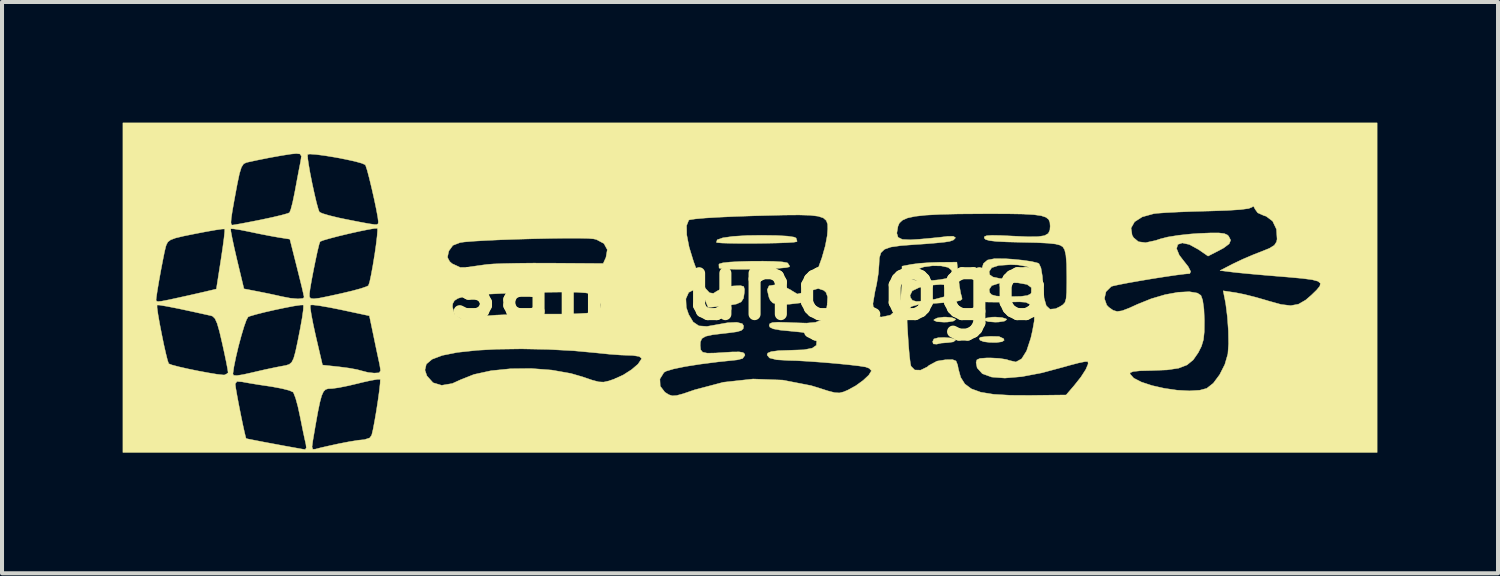
<source format=kicad_pcb>
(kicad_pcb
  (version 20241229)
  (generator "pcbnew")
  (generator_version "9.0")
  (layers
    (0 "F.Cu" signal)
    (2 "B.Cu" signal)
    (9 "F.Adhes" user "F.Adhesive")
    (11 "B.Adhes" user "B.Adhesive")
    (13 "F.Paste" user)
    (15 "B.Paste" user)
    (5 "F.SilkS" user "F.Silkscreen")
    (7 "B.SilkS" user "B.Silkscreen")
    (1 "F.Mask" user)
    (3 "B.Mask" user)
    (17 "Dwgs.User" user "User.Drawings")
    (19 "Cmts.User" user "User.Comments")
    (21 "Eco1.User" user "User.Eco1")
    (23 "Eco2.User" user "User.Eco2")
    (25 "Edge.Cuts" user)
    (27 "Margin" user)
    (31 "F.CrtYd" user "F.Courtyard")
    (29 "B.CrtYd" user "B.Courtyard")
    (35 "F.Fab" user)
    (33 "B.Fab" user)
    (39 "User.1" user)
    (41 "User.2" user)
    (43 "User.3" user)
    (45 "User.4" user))
  (footprint "samsunglogo"
    (layer "F.Cu")
    (at 15.562 4.069)
    (property "Reference" "samsunglogo" (at 0 0 0) (layer "F.SilkS") (effects (font (size 1.524 1.524) (thickness 0.3))))
    (attr through_hole)
    (fp_poly (pts (xy 5.028 1.283) (xy 5.13 1.315) (xy 5.144 1.333) (xy 5.088 1.379) (xy 4.958 1.397) (xy 4.786 1.41) (xy 4.672 1.436) (xy 4.588 1.43) (xy 4.572 1.372) (xy 4.603 1.306) (xy 4.714 1.275) (xy 4.858 1.27) (xy 5.028 1.283)) (stroke (width 0.01) (type solid)) (fill yes) (layer "F.SilkS"))
    (fp_poly (pts (xy 5.051 0.776) (xy 5.138 0.812) (xy 5.144 0.826) (xy 5.087 0.863) (xy 4.943 0.886) (xy 4.854 0.889) (xy 4.678 0.877) (xy 4.602 0.844) (xy 4.604 0.826) (xy 4.687 0.785) (xy 4.845 0.763) (xy 4.893 0.762) (xy 5.051 0.776)) (stroke (width 0.01) (type solid)) (fill yes) (layer "F.SilkS"))
    (fp_poly (pts (xy 6.298 0.775) (xy 6.4 0.807) (xy 6.413 0.826) (xy 6.357 0.863) (xy 6.213 0.886) (xy 6.128 0.889) (xy 5.957 0.876) (xy 5.855 0.844) (xy 5.842 0.826) (xy 5.899 0.788) (xy 6.042 0.765) (xy 6.128 0.762) (xy 6.298 0.775)) (stroke (width 0.01) (type solid)) (fill yes) (layer "F.SilkS"))
    (fp_poly (pts (xy 6.22 1.246) (xy 6.335 1.298) (xy 6.35 1.34) (xy 6.295 1.376) (xy 6.161 1.394) (xy 5.995 1.393) (xy 5.843 1.375) (xy 5.752 1.34) (xy 5.747 1.333) (xy 5.729 1.289) (xy 5.765 1.264) (xy 5.883 1.249) (xy 6.001 1.241) (xy 6.22 1.246)) (stroke (width 0.01) (type solid)) (fill yes) (layer "F.SilkS"))
    (fp_poly (pts (xy 0.685 -1.265) (xy 0.958 -1.25) (xy 1.127 -1.225) (xy 1.177 -1.202) (xy 1.202 -1.124) (xy 1.197 -1.112) (xy 1.123 -1.098) (xy 0.951 -1.087) (xy 0.707 -1.078) (xy 0.416 -1.072) (xy 0.107 -1.068) (xy -0.194 -1.068) (xy -0.461 -1.072) (xy -0.668 -1.078) (xy -0.786 -1.089) (xy -0.804 -1.095) (xy -0.784 -1.158) (xy -0.645 -1.207) (xy -0.394 -1.243) (xy -0.04 -1.265) (xy 0.318 -1.27) (xy 0.685 -1.265)) (stroke (width 0.01) (type solid)) (fill yes) (layer "F.SilkS"))
    (fp_poly (pts (xy 0.621 -0.622) (xy 0.83 -0.609) (xy 0.953 -0.588) (xy 0.97 -0.579) (xy 1.017 -0.505) (xy 1.012 -0.486) (xy 0.932 -0.467) (xy 0.757 -0.451) (xy 0.514 -0.439) (xy 0.234 -0.43) (xy -0.056 -0.426) (xy -0.327 -0.426) (xy -0.55 -0.432) (xy -0.696 -0.444) (xy -0.737 -0.456) (xy -0.742 -0.545) (xy -0.731 -0.56) (xy -0.645 -0.585) (xy -0.463 -0.605) (xy -0.215 -0.618) (xy 0.069 -0.626) (xy 0.358 -0.627) (xy 0.621 -0.622)) (stroke (width 0.01) (type solid)) (fill yes) (layer "F.SilkS"))
    (fp_poly (pts (xy 15.621 4.128) (xy -15.557 4.128) (xy -15.557 2.43) (xy -12.764 2.43) (xy -12.752 2.524) (xy -12.721 2.702) (xy -12.678 2.933) (xy -12.628 3.186) (xy -12.578 3.428) (xy -12.534 3.628) (xy -12.503 3.755) (xy -12.493 3.782) (xy -12.431 3.796) (xy -12.273 3.827) (xy -12.051 3.87) (xy -11.793 3.918) (xy -11.53 3.967) (xy -11.291 4.01) (xy -11.106 4.043) (xy -11.026 4.056) (xy -10.997 4.011) (xy -11 3.989) (xy -10.856 3.989) (xy -10.837 4.05) (xy -10.768 4.045) (xy -10.757 4.041) (xy -10.637 4.01) (xy -10.435 3.964) (xy -10.192 3.911) (xy -10.172 3.907) (xy -9.922 3.859) (xy -9.704 3.824) (xy -9.562 3.81) (xy -9.557 3.81) (xy -9.422 3.767) (xy -9.373 3.699) (xy -9.339 3.558) (xy -9.299 3.346) (xy -9.256 3.095) (xy -9.216 2.835) (xy -9.183 2.598) (xy -9.163 2.415) (xy -9.159 2.318) (xy -9.162 2.311) (xy -9.233 2.311) (xy -9.397 2.339) (xy -9.621 2.389) (xy -9.703 2.41) (xy -9.962 2.471) (xy -10.192 2.517) (xy -10.351 2.539) (xy -10.373 2.54) (xy -10.455 2.543) (xy -10.518 2.563) (xy -10.57 2.615) (xy -10.616 2.716) (xy -10.661 2.882) (xy -10.712 3.128) (xy -10.773 3.47) (xy -10.835 3.833) (xy -10.856 3.989) (xy -11 3.989) (xy -11.009 3.921) (xy -11.038 3.794) (xy -11.083 3.582) (xy -11.135 3.323) (xy -11.152 3.239) (xy -11.207 2.985) (xy -11.264 2.777) (xy -11.314 2.649) (xy -11.327 2.628) (xy -11.421 2.586) (xy -11.604 2.539) (xy -11.843 2.494) (xy -11.906 2.484) (xy -12.171 2.445) (xy -12.408 2.406) (xy -12.571 2.377) (xy -12.589 2.373) (xy -12.72 2.363) (xy -12.763 2.418) (xy -12.764 2.43) (xy -15.557 2.43) (xy -15.557 0.463) (xy -14.708 0.463) (xy -14.707 0.532) (xy -14.684 0.695) (xy -14.645 0.92) (xy -14.595 1.177) (xy -14.542 1.437) (xy -14.49 1.667) (xy -14.447 1.839) (xy -14.418 1.921) (xy -14.417 1.922) (xy -14.341 1.952) (xy -14.172 1.997) (xy -13.943 2.049) (xy -13.685 2.102) (xy -13.431 2.149) (xy -13.214 2.185) (xy -13.066 2.201) (xy -13.03 2.201) (xy -12.978 2.175) (xy -12.823 2.175) (xy -12.804 2.211) (xy -12.725 2.217) (xy -12.566 2.192) (xy -12.306 2.134) (xy -12.291 2.13) (xy -12.027 2.069) (xy -11.761 2.013) (xy -11.622 1.986) (xy -11.506 1.965) (xy -11.422 1.938) (xy -11.361 1.886) (xy -11.313 1.79) (xy -11.268 1.629) (xy -11.215 1.383) (xy -11.146 1.034) (xy -11.145 1.026) (xy -11.101 0.782) (xy -11.074 0.589) (xy -11.071 0.535) (xy -10.898 0.535) (xy -10.873 0.705) (xy -10.826 0.947) (xy -10.765 1.227) (xy -10.595 1.955) (xy -10.176 2) (xy -9.938 2.031) (xy -9.735 2.068) (xy -9.625 2.098) (xy -9.46 2.14) (xy -9.311 2.155) (xy -9.189 2.148) (xy -9.151 2.094) (xy -9.153 2.08) (xy -8.049 2.08) (xy -8 2.224) (xy -7.847 2.395) (xy -7.633 2.459) (xy -7.368 2.414) (xy -7.168 2.323) (xy -6.831 2.189) (xy -6.404 2.096) (xy -5.92 2.047) (xy -5.407 2.041) (xy -4.898 2.08) (xy -4.422 2.164) (xy -4.129 2.249) (xy -3.889 2.331) (xy -3.729 2.373) (xy -3.606 2.379) (xy -3.48 2.351) (xy -3.341 2.303) (xy -3.336 2.301) (xy -2.208 2.301) (xy -2.2 2.479) (xy -2.086 2.628) (xy -2.081 2.632) (xy -1.987 2.692) (xy -1.9 2.72) (xy -1.79 2.712) (xy -1.624 2.667) (xy -1.372 2.581) (xy -1.35 2.573) (xy -0.632 2.383) (xy 0.108 2.302) (xy 0.844 2.329) (xy 1.549 2.466) (xy 1.724 2.519) (xy 1.972 2.599) (xy 2.137 2.641) (xy 2.254 2.648) (xy 2.359 2.622) (xy 2.469 2.575) (xy 2.662 2.469) (xy 2.845 2.336) (xy 2.984 2.206) (xy 3.047 2.104) (xy 3.048 2.094) (xy 2.994 2.036) (xy 2.905 2.003) (xy 2.74 1.977) (xy 2.481 1.947) (xy 2.164 1.916) (xy 1.821 1.887) (xy 1.486 1.863) (xy 1.194 1.846) (xy 0.989 1.841) (xy 0.696 1.824) (xy 0.517 1.779) (xy 0.456 1.705) (xy 0.472 1.658) (xy 0.557 1.622) (xy 0.747 1.597) (xy 1.019 1.588) (xy 1.044 1.587) (xy 1.368 1.576) (xy 1.577 1.536) (xy 1.681 1.465) (xy 1.689 1.357) (xy 1.657 1.282) (xy 1.601 1.218) (xy 1.497 1.173) (xy 1.319 1.14) (xy 1.05 1.113) (xy 0.776 1.086) (xy 0.609 1.055) (xy 0.527 1.015) (xy 0.508 0.97) (xy 0.525 0.925) (xy 0.59 0.899) (xy 0.726 0.89) (xy 0.954 0.896) (xy 1.109 0.903) (xy 1.437 0.913) (xy 1.662 0.893) (xy 1.805 0.832) (xy 1.89 0.717) (xy 1.937 0.536) (xy 1.951 0.447) (xy 1.952 0.428) (xy 3.087 0.428) (xy 3.11 0.637) (xy 3.209 0.746) (xy 3.299 0.762) (xy 3.522 0.715) (xy 3.679 0.571) (xy 3.773 0.324) (xy 3.783 0.226) (xy 4.009 0.226) (xy 4.022 0.281) (xy 4.07 0.347) (xy 4.165 0.375) (xy 4.331 0.367) (xy 4.593 0.325) (xy 4.639 0.317) (xy 4.893 0.249) (xy 5.024 0.166) (xy 5.034 0.064) (xy 5.001 0.013) (xy 4.92 -0.035) (xy 4.768 -0.048) (xy 4.544 -0.03) (xy 4.243 0.025) (xy 4.065 0.11) (xy 4.009 0.226) (xy 3.783 0.226) (xy 3.809 -0.031) (xy 3.81 -0.089) (xy 3.81 -0.272) (xy 4.016 -0.272) (xy 4.028 -0.19) (xy 4.16 -0.144) (xy 4.41 -0.136) (xy 4.522 -0.143) (xy 4.751 -0.167) (xy 4.931 -0.2) (xy 5.023 -0.235) (xy 5.023 -0.235) (xy 5.056 -0.34) (xy 5.044 -0.402) (xy 4.956 -0.472) (xy 4.786 -0.509) (xy 4.573 -0.513) (xy 4.357 -0.485) (xy 4.18 -0.426) (xy 4.124 -0.391) (xy 4.016 -0.272) (xy 3.81 -0.272) (xy 3.81 -0.502) (xy 4.048 -0.548) (xy 4.238 -0.573) (xy 4.495 -0.591) (xy 4.731 -0.599) (xy 5.175 -0.603) (xy 5.212 -0.222) (xy 5.239 0.001) (xy 5.272 0.183) (xy 5.296 0.264) (xy 5.304 0.315) (xy 5.26 0.351) (xy 5.141 0.377) (xy 4.927 0.399) (xy 4.783 0.41) (xy 4.436 0.434) (xy 4.197 0.457) (xy 4.046 0.499) (xy 3.965 0.576) (xy 3.935 0.705) (xy 3.938 0.906) (xy 3.955 1.194) (xy 3.974 1.485) (xy 3.996 1.737) (xy 4.019 1.917) (xy 4.034 1.984) (xy 4.127 2.078) (xy 4.274 2.082) (xy 4.439 2.001) (xy 4.48 1.965) (xy 4.679 1.858) (xy 4.894 1.823) (xy 5.067 1.82) (xy 5.153 1.854) (xy 5.193 1.954) (xy 5.211 2.053) (xy 5.269 2.262) (xy 5.372 2.425) (xy 5.534 2.546) (xy 5.769 2.631) (xy 6.089 2.683) (xy 6.508 2.707) (xy 7.039 2.71) (xy 7.04 2.709) (xy 7.889 2.699) (xy 8.09 2.465) (xy 8.258 2.253) (xy 8.379 2.065) (xy 8.437 1.927) (xy 8.431 1.869) (xy 8.358 1.87) (xy 8.194 1.904) (xy 7.969 1.963) (xy 7.865 1.993) (xy 7.285 2.149) (xy 6.784 2.244) (xy 6.366 2.279) (xy 6.039 2.254) (xy 5.807 2.17) (xy 5.678 2.026) (xy 5.652 1.893) (xy 5.671 1.826) (xy 5.747 1.791) (xy 5.91 1.779) (xy 6.005 1.778) (xy 6.225 1.789) (xy 6.406 1.817) (xy 6.477 1.841) (xy 6.641 1.879) (xy 6.784 1.801) (xy 6.907 1.604) (xy 7.012 1.285) (xy 7.055 1.095) (xy 7.097 0.861) (xy 7.102 0.705) (xy 7.071 0.586) (xy 7.048 0.54) (xy 6.981 0.441) (xy 6.888 0.395) (xy 6.727 0.384) (xy 6.639 0.386) (xy 6.38 0.391) (xy 6.086 0.391) (xy 5.95 0.389) (xy 5.744 0.382) (xy 5.644 0.366) (xy 5.626 0.328) (xy 5.668 0.256) (xy 5.68 0.24) (xy 5.741 0.088) (xy 5.743 0.077) (xy 5.977 0.077) (xy 5.99 0.154) (xy 6.039 0.208) (xy 6.151 0.239) (xy 6.351 0.252) (xy 6.509 0.254) (xy 6.768 0.248) (xy 6.926 0.227) (xy 7.007 0.187) (xy 7.027 0.154) (xy 7.029 0.032) (xy 6.92 -0.048) (xy 6.697 -0.088) (xy 6.507 -0.094) (xy 6.215 -0.075) (xy 6.04 -0.019) (xy 5.977 0.077) (xy 5.743 0.077) (xy 5.776 -0.12) (xy 5.779 -0.192) (xy 5.787 -0.367) (xy 5.976 -0.367) (xy 5.99 -0.29) (xy 6.072 -0.233) (xy 6.241 -0.197) (xy 6.457 -0.182) (xy 6.682 -0.187) (xy 6.877 -0.214) (xy 7.003 -0.262) (xy 7.027 -0.29) (xy 7.029 -0.412) (xy 6.919 -0.493) (xy 6.695 -0.533) (xy 6.509 -0.54) (xy 6.215 -0.521) (xy 6.039 -0.464) (xy 5.976 -0.367) (xy 5.787 -0.367) (xy 5.789 -0.419) (xy 5.835 -0.569) (xy 5.936 -0.655) (xy 6.113 -0.69) (xy 6.386 -0.687) (xy 6.541 -0.677) (xy 6.809 -0.651) (xy 7.033 -0.618) (xy 7.18 -0.582) (xy 7.214 -0.566) (xy 7.264 -0.46) (xy 7.3 -0.247) (xy 7.316 -0.017) (xy 7.342 0.291) (xy 7.397 0.482) (xy 7.489 0.567) (xy 7.625 0.556) (xy 7.732 0.505) (xy 7.81 0.456) (xy 7.861 0.399) (xy 7.889 0.305) (xy 7.889 0.302) (xy 8.842 0.302) (xy 8.9 0.466) (xy 8.951 0.519) (xy 9.057 0.594) (xy 9.157 0.624) (xy 9.282 0.606) (xy 9.464 0.536) (xy 9.661 0.446) (xy 10.006 0.307) (xy 10.352 0.205) (xy 10.675 0.146) (xy 10.95 0.132) (xy 11.153 0.166) (xy 11.241 0.224) (xy 11.284 0.343) (xy 11.315 0.563) (xy 11.327 0.843) (xy 11.324 1.126) (xy 11.303 1.326) (xy 11.254 1.488) (xy 11.175 1.646) (xy 11.049 1.827) (xy 10.895 1.953) (xy 10.687 2.033) (xy 10.402 2.076) (xy 10.016 2.091) (xy 10.012 2.091) (xy 9.729 2.098) (xy 9.558 2.116) (xy 9.482 2.146) (xy 9.477 2.175) (xy 9.57 2.28) (xy 9.763 2.379) (xy 10.025 2.465) (xy 10.33 2.534) (xy 10.648 2.58) (xy 10.952 2.597) (xy 11.213 2.581) (xy 11.385 2.535) (xy 11.548 2.407) (xy 11.706 2.195) (xy 11.835 1.94) (xy 11.91 1.681) (xy 11.911 1.674) (xy 11.928 1.427) (xy 11.923 1.105) (xy 11.898 0.756) (xy 11.857 0.43) (xy 11.837 0.325) (xy 11.794 0.11) (xy 12.104 0.156) (xy 12.32 0.199) (xy 12.599 0.269) (xy 12.884 0.351) (xy 12.911 0.36) (xy 13.232 0.449) (xy 13.473 0.478) (xy 13.666 0.442) (xy 13.846 0.338) (xy 13.986 0.217) (xy 14.117 0.09) (xy 14.196 -0.006) (xy 14.211 -0.076) (xy 14.152 -0.127) (xy 14.007 -0.166) (xy 13.765 -0.198) (xy 13.414 -0.23) (xy 13.145 -0.252) (xy 12.799 -0.281) (xy 12.472 -0.31) (xy 12.2 -0.336) (xy 12.015 -0.356) (xy 12.002 -0.358) (xy 11.716 -0.394) (xy 12.033 -0.558) (xy 12.279 -0.675) (xy 12.565 -0.797) (xy 12.732 -0.861) (xy 12.945 -0.947) (xy 13.065 -1.022) (xy 13.12 -1.107) (xy 13.134 -1.174) (xy 13.118 -1.422) (xy 13.022 -1.623) (xy 12.861 -1.744) (xy 12.809 -1.759) (xy 12.652 -1.829) (xy 12.587 -1.92) (xy 12.547 -1.996) (xy 12.51 -1.969) (xy 12.427 -1.936) (xy 12.223 -1.909) (xy 11.895 -1.888) (xy 11.442 -1.873) (xy 11.395 -1.872) (xy 11.018 -1.862) (xy 10.667 -1.848) (xy 10.368 -1.833) (xy 10.151 -1.817) (xy 10.068 -1.807) (xy 9.783 -1.728) (xy 9.591 -1.605) (xy 9.504 -1.45) (xy 9.53 -1.274) (xy 9.567 -1.211) (xy 9.688 -1.11) (xy 9.865 -1.087) (xy 10.118 -1.142) (xy 10.231 -1.18) (xy 10.415 -1.227) (xy 10.684 -1.27) (xy 10.993 -1.303) (xy 11.177 -1.316) (xy 11.486 -1.329) (xy 11.693 -1.328) (xy 11.823 -1.312) (xy 11.899 -1.278) (xy 11.929 -1.249) (xy 11.98 -1.149) (xy 11.943 -1.058) (xy 11.806 -0.955) (xy 11.674 -0.884) (xy 11.418 -0.753) (xy 11.182 -0.916) (xy 10.955 -1.041) (xy 10.778 -1.08) (xy 10.667 -1.043) (xy 10.636 -0.94) (xy 10.701 -0.779) (xy 10.788 -0.665) (xy 10.925 -0.491) (xy 10.986 -0.37) (xy 10.964 -0.318) (xy 10.955 -0.318) (xy 10.831 -0.307) (xy 10.618 -0.28) (xy 10.345 -0.24) (xy 10.039 -0.192) (xy 9.73 -0.14) (xy 9.444 -0.09) (xy 9.21 -0.045) (xy 9.056 -0.011) (xy 9.012 0.002) (xy 8.881 0.132) (xy 8.842 0.302) (xy 7.889 0.302) (xy 7.902 0.15) (xy 7.906 -0.093) (xy 7.906 -0.239) (xy 7.901 -0.558) (xy 7.884 -0.774) (xy 7.853 -0.909) (xy 7.807 -0.983) (xy 7.741 -1.024) (xy 7.623 -1.054) (xy 7.434 -1.074) (xy 7.156 -1.088) (xy 6.797 -1.096) (xy 6.422 -1.105) (xy 6.157 -1.118) (xy 5.986 -1.138) (xy 5.89 -1.165) (xy 5.854 -1.201) (xy 5.86 -1.238) (xy 5.918 -1.261) (xy 6.047 -1.269) (xy 6.267 -1.265) (xy 6.584 -1.25) (xy 6.942 -1.234) (xy 7.193 -1.237) (xy 7.354 -1.262) (xy 7.446 -1.315) (xy 7.486 -1.401) (xy 7.493 -1.497) (xy 7.486 -1.591) (xy 7.456 -1.664) (xy 7.388 -1.718) (xy 7.27 -1.757) (xy 7.086 -1.783) (xy 6.822 -1.798) (xy 6.466 -1.804) (xy 6.001 -1.806) (xy 5.785 -1.805) (xy 5.214 -1.801) (xy 4.758 -1.79) (xy 4.403 -1.771) (xy 4.137 -1.742) (xy 3.948 -1.701) (xy 3.821 -1.645) (xy 3.745 -1.574) (xy 3.709 -1.49) (xy 3.681 -1.323) (xy 3.712 -1.22) (xy 3.818 -1.168) (xy 4.019 -1.158) (xy 4.239 -1.172) (xy 4.507 -1.196) (xy 4.754 -1.221) (xy 4.927 -1.242) (xy 4.937 -1.244) (xy 5.087 -1.246) (xy 5.141 -1.208) (xy 5.089 -1.153) (xy 4.997 -1.12) (xy 4.876 -1.101) (xy 4.66 -1.079) (xy 4.383 -1.056) (xy 4.134 -1.04) (xy 3.78 -1.013) (xy 3.533 -0.978) (xy 3.375 -0.922) (xy 3.286 -0.836) (xy 3.247 -0.708) (xy 3.239 -0.54) (xy 3.222 -0.322) (xy 3.179 -0.053) (xy 3.14 0.12) (xy 3.087 0.428) (xy 1.952 0.428) (xy 1.961 0.261) (xy 1.922 0.15) (xy 1.867 0.099) (xy 1.728 0.053) (xy 1.598 0.09) (xy 1.527 0.193) (xy 1.524 0.222) (xy 1.464 0.335) (xy 1.291 0.41) (xy 1.01 0.443) (xy 0.923 0.445) (xy 0.717 0.439) (xy 0.601 0.413) (xy 0.538 0.35) (xy 0.504 0.275) (xy 0.459 0.086) (xy 0.505 -0.015) (xy 0.648 -0.038) (xy 0.744 -0.025) (xy 0.923 0.026) (xy 1.054 0.094) (xy 1.067 0.105) (xy 1.208 0.189) (xy 1.35 0.155) (xy 1.497 0.001) (xy 1.65 -0.276) (xy 1.715 -0.424) (xy 1.819 -0.71) (xy 1.903 -1.006) (xy 1.95 -1.255) (xy 1.952 -1.276) (xy 1.964 -1.428) (xy 1.961 -1.547) (xy 1.928 -1.637) (xy 1.854 -1.702) (xy 1.725 -1.744) (xy 1.528 -1.768) (xy 1.25 -1.776) (xy 0.877 -1.773) (xy 0.396 -1.761) (xy 0.13 -1.754) (xy -0.342 -1.738) (xy -0.752 -1.719) (xy -1.086 -1.699) (xy -1.329 -1.677) (xy -1.467 -1.656) (xy -1.491 -1.646) (xy -1.545 -1.51) (xy -1.541 -1.281) (xy -1.482 -0.978) (xy -1.372 -0.619) (xy -1.321 -0.48) (xy -1.187 -0.158) (xy -1.075 0.051) (xy -0.976 0.158) (xy -0.88 0.174) (xy -0.782 0.113) (xy -0.648 0.044) (xy -0.453 -0.003) (xy -0.381 -0.011) (xy -0.206 -0.019) (xy -0.125 0.003) (xy -0.105 0.075) (xy -0.109 0.153) (xy -0.13 0.296) (xy -0.188 0.386) (xy -0.308 0.439) (xy -0.519 0.474) (xy -0.617 0.484) (xy -1.007 0.525) (xy -1.105 0.29) (xy -1.188 0.133) (xy -1.277 0.074) (xy -1.347 0.075) (xy -1.492 0.15) (xy -1.562 0.307) (xy -1.552 0.523) (xy -1.493 0.697) (xy -1.381 0.885) (xy -1.239 0.981) (xy -1.039 0.995) (xy -0.823 0.957) (xy -0.522 0.903) (xy -0.296 0.893) (xy -0.16 0.927) (xy -0.127 0.981) (xy -0.137 1.051) (xy -0.186 1.097) (xy -0.299 1.129) (xy -0.501 1.156) (xy -0.619 1.169) (xy -0.895 1.202) (xy -1.069 1.24) (xy -1.163 1.295) (xy -1.201 1.378) (xy -1.206 1.467) (xy -1.195 1.575) (xy -1.145 1.636) (xy -1.03 1.66) (xy -0.825 1.656) (xy -0.699 1.648) (xy -0.416 1.63) (xy -0.237 1.628) (xy -0.139 1.645) (xy -0.1 1.682) (xy -0.095 1.714) (xy -0.153 1.793) (xy -0.286 1.827) (xy -0.773 1.878) (xy -1.21 1.934) (xy -1.579 1.992) (xy -1.865 2.051) (xy -2.05 2.106) (xy -2.107 2.138) (xy -2.208 2.301) (xy -3.336 2.301) (xy -3.118 2.201) (xy -2.912 2.069) (xy -2.752 1.932) (xy -2.671 1.811) (xy -2.667 1.784) (xy -2.725 1.741) (xy -2.88 1.717) (xy -2.97 1.714) (xy -3.186 1.706) (xy -3.47 1.685) (xy -3.761 1.655) (xy -3.78 1.653) (xy -4.35 1.6) (xy -4.989 1.566) (xy -5.648 1.553) (xy -6.275 1.562) (xy -6.751 1.588) (xy -7.244 1.641) (xy -7.616 1.715) (xy -7.871 1.811) (xy -8.014 1.932) (xy -8.049 2.08) (xy -9.153 2.08) (xy -9.173 1.956) (xy -9.173 1.953) (xy -9.208 1.791) (xy -9.259 1.552) (xy -9.315 1.283) (xy -9.324 1.238) (xy -9.43 0.731) (xy -10.146 0.578) (xy -10.431 0.521) (xy -10.527 0.505) (xy -7.366 0.505) (xy -7.315 0.684) (xy -7.171 0.788) (xy -6.947 0.812) (xy -6.667 0.757) (xy -6.527 0.733) (xy -6.279 0.714) (xy -5.942 0.7) (xy -5.536 0.691) (xy -5.132 0.689) (xy -4.657 0.688) (xy -4.295 0.681) (xy -4.032 0.666) (xy -3.854 0.64) (xy -3.746 0.598) (xy -3.696 0.538) (xy -3.688 0.457) (xy -3.707 0.357) (xy -3.737 0.285) (xy -3.795 0.23) (xy -3.895 0.189) (xy -4.051 0.161) (xy -4.276 0.145) (xy -4.584 0.14) (xy -4.988 0.145) (xy -5.503 0.157) (xy -5.639 0.161) (xy -6.157 0.177) (xy -6.561 0.197) (xy -6.866 0.221) (xy -7.084 0.254) (xy -7.23 0.298) (xy -7.316 0.354) (xy -7.357 0.428) (xy -7.366 0.505) (xy -10.527 0.505) (xy -10.669 0.48) (xy -10.834 0.46) (xy -10.898 0.463) (xy -10.898 0.535) (xy -11.071 0.535) (xy -11.068 0.477) (xy -11.073 0.463) (xy -11.143 0.464) (xy -11.305 0.488) (xy -11.528 0.531) (xy -11.781 0.584) (xy -12.031 0.641) (xy -12.248 0.696) (xy -12.401 0.741) (xy -12.443 0.758) (xy -12.485 0.83) (xy -12.545 0.997) (xy -12.614 1.227) (xy -12.685 1.491) (xy -12.748 1.758) (xy -12.797 1.998) (xy -12.823 2.175) (xy -12.978 2.175) (xy -12.95 2.161) (xy -12.942 2.141) (xy -12.953 2.062) (xy -12.986 1.887) (xy -13.037 1.644) (xy -13.085 1.425) (xy -13.156 1.121) (xy -13.214 0.92) (xy -13.267 0.802) (xy -13.324 0.744) (xy -13.363 0.729) (xy -13.807 0.631) (xy -14.175 0.552) (xy -14.456 0.497) (xy -14.638 0.466) (xy -14.708 0.463) (xy -15.557 0.463) (xy -15.557 0.333) (xy -14.732 0.333) (xy -14.724 0.365) (xy -14.685 0.377) (xy -14.59 0.367) (xy -14.418 0.334) (xy -14.161 0.278) (xy -13.894 0.219) (xy -13.644 0.162) (xy -13.465 0.121) (xy -13.459 0.119) (xy -13.234 0.066) (xy -13.119 -0.67) (xy -13.076 -0.959) (xy -13.044 -1.199) (xy -13.027 -1.364) (xy -13.027 -1.428) (xy -13.095 -1.425) (xy -13.26 -1.401) (xy -13.499 -1.359) (xy -13.743 -1.312) (xy -14.046 -1.251) (xy -14.247 -1.203) (xy -14.37 -1.157) (xy -14.439 -1.105) (xy -14.476 -1.036) (xy -14.493 -0.984) (xy -14.524 -0.853) (xy -14.566 -0.643) (xy -14.615 -0.389) (xy -14.662 -0.128) (xy -14.701 0.105) (xy -14.726 0.274) (xy -14.732 0.333) (xy -15.557 0.333) (xy -15.557 -1.432) (xy -12.877 -1.432) (xy -12.872 -1.365) (xy -12.841 -1.2) (xy -12.79 -0.961) (xy -12.724 -0.675) (xy -12.548 0.06) (xy -12.196 0.128) (xy -11.951 0.177) (xy -11.718 0.227) (xy -11.62 0.25) (xy -11.396 0.293) (xy -11.205 0.31) (xy -11.081 0.298) (xy -11.052 0.27) (xy -11.065 0.206) (xy -10.921 0.206) (xy -10.916 0.265) (xy -10.886 0.299) (xy -10.811 0.308) (xy -10.672 0.291) (xy -10.449 0.246) (xy -10.129 0.176) (xy -9.859 0.112) (xy -9.638 0.052) (xy -9.494 0.002) (xy -9.454 -0.02) (xy -9.424 -0.108) (xy -9.386 -0.285) (xy -9.343 -0.519) (xy -9.31 -0.722) (xy -7.489 -0.722) (xy -7.435 -0.62) (xy -7.372 -0.564) (xy -7.169 -0.471) (xy -7.024 -0.472) (xy -6.839 -0.499) (xy -6.604 -0.532) (xy -6.509 -0.545) (xy -6.347 -0.558) (xy -6.083 -0.568) (xy -5.744 -0.575) (xy -5.354 -0.579) (xy -4.94 -0.578) (xy -4.905 -0.578) (xy -3.618 -0.569) (xy -3.549 -0.721) (xy -3.516 -0.912) (xy -3.599 -1.065) (xy -3.786 -1.165) (xy -3.855 -1.181) (xy -3.991 -1.193) (xy -4.23 -1.198) (xy -4.55 -1.198) (xy -4.926 -1.193) (xy -5.336 -1.184) (xy -5.756 -1.172) (xy -6.163 -1.158) (xy -6.534 -1.141) (xy -6.844 -1.123) (xy -7.072 -1.104) (xy -7.175 -1.089) (xy -7.354 -1.02) (xy -7.451 -0.886) (xy -7.459 -0.864) (xy -7.489 -0.722) (xy -9.31 -0.722) (xy -9.3 -0.778) (xy -9.264 -1.032) (xy -9.238 -1.249) (xy -9.227 -1.396) (xy -9.232 -1.443) (xy -9.302 -1.441) (xy -9.463 -1.413) (xy -9.686 -1.368) (xy -9.94 -1.311) (xy -10.195 -1.25) (xy -10.42 -1.191) (xy -10.584 -1.143) (xy -10.656 -1.113) (xy -10.68 -1.041) (xy -10.72 -0.878) (xy -10.768 -0.654) (xy -10.819 -0.403) (xy -10.866 -0.158) (xy -10.902 0.049) (xy -10.92 0.185) (xy -10.921 0.206) (xy -11.065 0.206) (xy -11.068 0.193) (xy -11.108 0.019) (xy -11.168 -0.224) (xy -11.231 -0.476) (xy -11.407 -1.174) (xy -11.689 -1.218) (xy -11.901 -1.256) (xy -12.174 -1.309) (xy -12.412 -1.359) (xy -12.632 -1.403) (xy -12.797 -1.429) (xy -12.875 -1.433) (xy -12.877 -1.432) (xy -15.557 -1.432) (xy -15.557 -1.59) (xy -12.871 -1.59) (xy -12.862 -1.538) (xy -12.839 -1.524) (xy -12.839 -1.524) (xy -12.756 -1.536) (xy -12.577 -1.568) (xy -12.332 -1.615) (xy -12.121 -1.657) (xy -11.845 -1.716) (xy -11.617 -1.77) (xy -11.463 -1.813) (xy -11.415 -1.834) (xy -11.383 -1.913) (xy -11.338 -2.085) (xy -11.29 -2.316) (xy -11.277 -2.383) (xy -11.227 -2.653) (xy -11.18 -2.901) (xy -11.145 -3.078) (xy -11.141 -3.096) (xy -11.124 -3.209) (xy -10.966 -3.209) (xy -10.943 -3.045) (xy -10.904 -2.819) (xy -10.853 -2.562) (xy -10.797 -2.305) (xy -10.744 -2.079) (xy -10.698 -1.914) (xy -10.672 -1.848) (xy -10.598 -1.813) (xy -10.428 -1.762) (xy -10.189 -1.704) (xy -10.001 -1.665) (xy -9.675 -1.601) (xy -9.453 -1.56) (xy -9.316 -1.54) (xy -9.242 -1.54) (xy -9.213 -1.558) (xy -9.208 -1.594) (xy -9.207 -1.601) (xy -9.221 -1.719) (xy -9.258 -1.918) (xy -9.31 -2.167) (xy -9.37 -2.432) (xy -9.43 -2.681) (xy -9.483 -2.883) (xy -9.523 -3.004) (xy -9.532 -3.022) (xy -9.613 -3.059) (xy -9.785 -3.107) (xy -10.017 -3.158) (xy -10.277 -3.208) (xy -10.534 -3.25) (xy -10.756 -3.279) (xy -10.91 -3.29) (xy -10.965 -3.281) (xy -10.966 -3.209) (xy -11.124 -3.209) (xy -11.12 -3.236) (xy -11.155 -3.292) (xy -11.247 -3.302) (xy -11.383 -3.289) (xy -11.612 -3.253) (xy -11.903 -3.201) (xy -12.223 -3.137) (xy -12.485 -3.08) (xy -12.556 -3.046) (xy -12.61 -2.963) (xy -12.659 -2.807) (xy -12.713 -2.551) (xy -12.718 -2.525) (xy -12.788 -2.148) (xy -12.836 -1.878) (xy -12.863 -1.697) (xy -12.871 -1.59) (xy -15.557 -1.59) (xy -15.557 -4.064) (xy 15.621 -4.064) (xy 15.621 4.128)) (stroke (width 0.01) (type solid)) (fill yes) (layer "F.SilkS")))
  (gr_rect
    (start -3 -3)
    (end 34.188 11.201)
    (stroke (width 0.1) (type default))
    (fill no)
    (layer "Edge.Cuts")))
</source>
